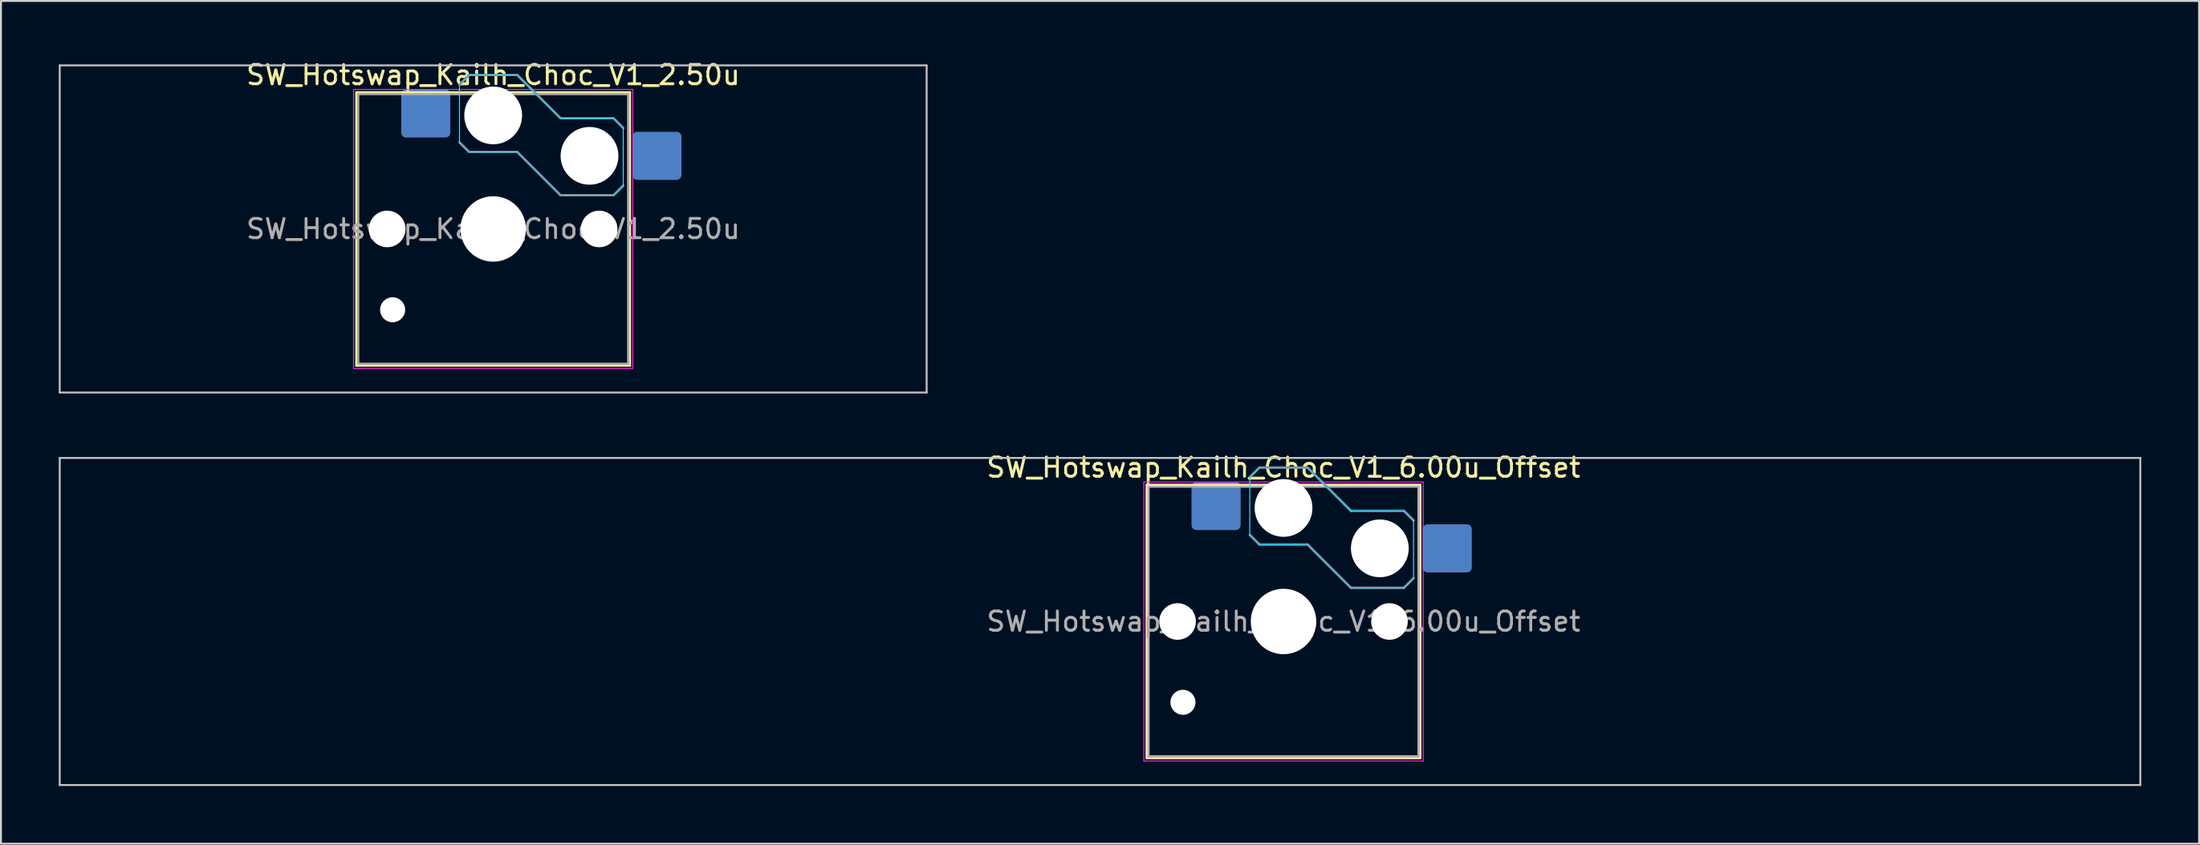
<source format=kicad_pcb>
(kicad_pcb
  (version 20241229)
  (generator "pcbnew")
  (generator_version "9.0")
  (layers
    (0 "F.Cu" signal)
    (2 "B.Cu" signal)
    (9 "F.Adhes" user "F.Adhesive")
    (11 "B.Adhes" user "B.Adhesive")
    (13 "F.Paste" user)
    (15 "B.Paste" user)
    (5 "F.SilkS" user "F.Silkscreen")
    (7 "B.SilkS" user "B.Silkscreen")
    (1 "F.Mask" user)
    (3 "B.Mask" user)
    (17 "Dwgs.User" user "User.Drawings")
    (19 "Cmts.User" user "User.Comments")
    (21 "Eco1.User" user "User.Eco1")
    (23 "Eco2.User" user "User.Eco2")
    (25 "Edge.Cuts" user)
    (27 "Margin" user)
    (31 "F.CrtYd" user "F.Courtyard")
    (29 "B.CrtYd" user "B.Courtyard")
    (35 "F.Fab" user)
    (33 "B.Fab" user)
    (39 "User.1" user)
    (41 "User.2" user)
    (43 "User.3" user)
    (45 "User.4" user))
  (footprint "SW_Hotswap_Kailh_Choc_V1_2.50u"
    (layer "F.Cu")
    (at 22.55 8.848)
    (property "Reference" "SW_Hotswap_Kailh_Choc_V1_2.50u" (at 0 -8 0) (layer "F.SilkS") (effects (font (size 1 1) (thickness 0.15))))
    (attr smd)
    (fp_line (start -7.1 -7.1) (end -7.1 7.1) (stroke (width 0.12) (type solid)) (layer "F.SilkS"))
    (fp_line (start -7.1 7.1) (end 7.1 7.1) (stroke (width 0.12) (type solid)) (layer "F.SilkS"))
    (fp_line (start 7.1 -7.1) (end -7.1 -7.1) (stroke (width 0.12) (type solid)) (layer "F.SilkS"))
    (fp_line (start 7.1 7.1) (end 7.1 -7.1) (stroke (width 0.12) (type solid)) (layer "F.SilkS"))
    (fp_line (start -1.75 -7.5) (end -1.25 -8) (stroke (width 0.12) (type solid)) (layer "B.SilkS"))
    (fp_line (start -1.25 -8) (end 1.25 -8) (stroke (width 0.12) (type solid)) (layer "B.SilkS"))
    (fp_line (start -1.25 -4) (end -1.75 -4.5) (stroke (width 0.12) (type solid)) (layer "B.SilkS"))
    (fp_line (start 1.25 -8) (end 3.5 -5.75) (stroke (width 0.12) (type solid)) (layer "B.SilkS"))
    (fp_line (start 1.25 -4) (end -1.25 -4) (stroke (width 0.12) (type solid)) (layer "B.SilkS"))
    (fp_line (start 3.5 -5.75) (end 6.25 -5.75) (stroke (width 0.12) (type solid)) (layer "B.SilkS"))
    (fp_line (start 3.5 -1.75) (end 1.25 -4) (stroke (width 0.12) (type solid)) (layer "B.SilkS"))
    (fp_line (start 6.25 -5.75) (end 6.75 -5.25) (stroke (width 0.12) (type solid)) (layer "B.SilkS"))
    (fp_line (start 6.25 -1.75) (end 3.5 -1.75) (stroke (width 0.12) (type solid)) (layer "B.SilkS"))
    (fp_line (start 6.75 -2.25) (end 6.25 -1.75) (stroke (width 0.12) (type solid)) (layer "B.SilkS"))
    (fp_line (start -22.5 -8.5) (end -22.5 8.5) (stroke (width 0.1) (type solid)) (layer "Dwgs.User"))
    (fp_line (start -22.5 8.5) (end 22.5 8.5) (stroke (width 0.1) (type solid)) (layer "Dwgs.User"))
    (fp_line (start 22.5 -8.5) (end -22.5 -8.5) (stroke (width 0.1) (type solid)) (layer "Dwgs.User"))
    (fp_line (start 22.5 8.5) (end 22.5 -8.5) (stroke (width 0.1) (type solid)) (layer "Dwgs.User"))
    (fp_line (start -1.75 -7.5) (end -1.25 -8) (stroke (width 0.05) (type solid)) (layer "B.CrtYd"))
    (fp_line (start -1.75 -4.5) (end -1.75 -7.5) (stroke (width 0.05) (type solid)) (layer "B.CrtYd"))
    (fp_line (start -1.25 -8) (end 1.25 -8) (stroke (width 0.05) (type solid)) (layer "B.CrtYd"))
    (fp_line (start -1.25 -4) (end -1.75 -4.5) (stroke (width 0.05) (type solid)) (layer "B.CrtYd"))
    (fp_line (start 1.25 -8) (end 3.5 -5.75) (stroke (width 0.05) (type solid)) (layer "B.CrtYd"))
    (fp_line (start 1.25 -4) (end -1.25 -4) (stroke (width 0.05) (type solid)) (layer "B.CrtYd"))
    (fp_line (start 3.5 -5.75) (end 6.25 -5.75) (stroke (width 0.05) (type solid)) (layer "B.CrtYd"))
    (fp_line (start 3.5 -1.75) (end 1.25 -4) (stroke (width 0.05) (type solid)) (layer "B.CrtYd"))
    (fp_line (start 6.25 -5.75) (end 6.75 -5.25) (stroke (width 0.05) (type solid)) (layer "B.CrtYd"))
    (fp_line (start 6.25 -1.75) (end 3.5 -1.75) (stroke (width 0.05) (type solid)) (layer "B.CrtYd"))
    (fp_line (start 6.75 -5.25) (end 6.75 -2.25) (stroke (width 0.05) (type solid)) (layer "B.CrtYd"))
    (fp_line (start 6.75 -2.25) (end 6.25 -1.75) (stroke (width 0.05) (type solid)) (layer "B.CrtYd"))
    (fp_line (start -7.25 -7.25) (end -7.25 7.25) (stroke (width 0.05) (type solid)) (layer "F.CrtYd"))
    (fp_line (start -7.25 7.25) (end 7.25 7.25) (stroke (width 0.05) (type solid)) (layer "F.CrtYd"))
    (fp_line (start 7.25 -7.25) (end -7.25 -7.25) (stroke (width 0.05) (type solid)) (layer "F.CrtYd"))
    (fp_line (start 7.25 7.25) (end 7.25 -7.25) (stroke (width 0.05) (type solid)) (layer "F.CrtYd"))
    (fp_line (start -1.75 -7.5) (end -1.25 -8) (stroke (width 0.1) (type solid)) (layer "B.Fab"))
    (fp_line (start -1.25 -8) (end 1.25 -8) (stroke (width 0.1) (type solid)) (layer "B.Fab"))
    (fp_line (start -1.25 -4) (end -1.75 -4.5) (stroke (width 0.1) (type solid)) (layer "B.Fab"))
    (fp_line (start 1.25 -8) (end 3.5 -5.75) (stroke (width 0.1) (type solid)) (layer "B.Fab"))
    (fp_line (start 1.25 -4) (end -1.25 -4) (stroke (width 0.1) (type solid)) (layer "B.Fab"))
    (fp_line (start 3.5 -5.75) (end 6.25 -5.75) (stroke (width 0.1) (type solid)) (layer "B.Fab"))
    (fp_line (start 3.5 -1.75) (end 1.25 -4) (stroke (width 0.1) (type solid)) (layer "B.Fab"))
    (fp_line (start 6.25 -5.75) (end 6.75 -5.25) (stroke (width 0.1) (type solid)) (layer "B.Fab"))
    (fp_line (start 6.25 -1.75) (end 3.5 -1.75) (stroke (width 0.1) (type solid)) (layer "B.Fab"))
    (fp_line (start 6.75 -2.25) (end 6.25 -1.75) (stroke (width 0.1) (type solid)) (layer "B.Fab"))
    (fp_line (start -7 -7) (end -7 7) (stroke (width 0.1) (type solid)) (layer "F.Fab"))
    (fp_line (start -7 7) (end 7 7) (stroke (width 0.1) (type solid)) (layer "F.Fab"))
    (fp_line (start 7 -7) (end -7 -7) (stroke (width 0.1) (type solid)) (layer "F.Fab"))
    (fp_line (start 7 7) (end 7 -7) (stroke (width 0.1) (type solid)) (layer "F.Fab"))
    (fp_text user "${REFERENCE}" (at 0 0 0) (layer "F.Fab") (effects (font (size 1 1) (thickness 0.15))))
    (pad "" np_thru_hole circle (at -5.5 0) (size 1.9 1.9) (drill 1.9) (layers "*.Cu" "*.Mask"))
    (pad "" np_thru_hole circle (at -5.22 4.2) (size 1.3 1.3) (drill 1.3) (layers "*.Cu" "*.Mask"))
    (pad "" np_thru_hole circle (at 0 -5.9) (size 3 3) (drill 3) (layers "*.Cu" "*.Mask"))
    (pad "" np_thru_hole circle (at 0 0) (size 3.4 3.4) (drill 3.4) (layers "*.Cu" "*.Mask"))
    (pad "" np_thru_hole circle (at 5 -3.8) (size 3 3) (drill 3) (layers "*.Cu" "*.Mask"))
    (pad "" np_thru_hole circle (at 5.5 0) (size 1.9 1.9) (drill 1.9) (layers "*.Cu" "*.Mask"))
    (pad "1" smd roundrect (at -3.5 -6) (size 2.55 2.5) (layers "B.Cu" "B.Mask" "B.Paste") (roundrect_rratio 0.1))
    (pad "2" smd roundrect (at 8.5 -3.8) (size 2.55 2.5) (layers "B.Cu" "B.Mask" "B.Paste") (roundrect_rratio 0.1)))
  (footprint "SW_Hotswap_Kailh_Choc_V1_6.00u_Offset"
    (layer "F.Cu")
    (at 63.575 29.247)
    (property "Reference" "SW_Hotswap_Kailh_Choc_V1_6.00u_Offset" (at 0 -8 0) (layer "F.SilkS") (effects (font (size 1 1) (thickness 0.15))))
    (attr smd)
    (fp_line (start -7.1 -7.1) (end -7.1 7.1) (stroke (width 0.12) (type solid)) (layer "F.SilkS"))
    (fp_line (start -7.1 7.1) (end 7.1 7.1) (stroke (width 0.12) (type solid)) (layer "F.SilkS"))
    (fp_line (start 7.1 -7.1) (end -7.1 -7.1) (stroke (width 0.12) (type solid)) (layer "F.SilkS"))
    (fp_line (start 7.1 7.1) (end 7.1 -7.1) (stroke (width 0.12) (type solid)) (layer "F.SilkS"))
    (fp_line (start -1.75 -7.5) (end -1.25 -8) (stroke (width 0.12) (type solid)) (layer "B.SilkS"))
    (fp_line (start -1.25 -8) (end 1.25 -8) (stroke (width 0.12) (type solid)) (layer "B.SilkS"))
    (fp_line (start -1.25 -4) (end -1.75 -4.5) (stroke (width 0.12) (type solid)) (layer "B.SilkS"))
    (fp_line (start 1.25 -8) (end 3.5 -5.75) (stroke (width 0.12) (type solid)) (layer "B.SilkS"))
    (fp_line (start 1.25 -4) (end -1.25 -4) (stroke (width 0.12) (type solid)) (layer "B.SilkS"))
    (fp_line (start 3.5 -5.75) (end 6.25 -5.75) (stroke (width 0.12) (type solid)) (layer "B.SilkS"))
    (fp_line (start 3.5 -1.75) (end 1.25 -4) (stroke (width 0.12) (type solid)) (layer "B.SilkS"))
    (fp_line (start 6.25 -5.75) (end 6.75 -5.25) (stroke (width 0.12) (type solid)) (layer "B.SilkS"))
    (fp_line (start 6.25 -1.75) (end 3.5 -1.75) (stroke (width 0.12) (type solid)) (layer "B.SilkS"))
    (fp_line (start 6.75 -2.25) (end 6.25 -1.75) (stroke (width 0.12) (type solid)) (layer "B.SilkS"))
    (fp_line (start -63.525 -8.5) (end -63.525 8.5) (stroke (width 0.1) (type solid)) (layer "Dwgs.User"))
    (fp_line (start -63.525 8.5) (end 44.475 8.5) (stroke (width 0.1) (type solid)) (layer "Dwgs.User"))
    (fp_line (start 44.475 -8.5) (end -63.525 -8.5) (stroke (width 0.1) (type solid)) (layer "Dwgs.User"))
    (fp_line (start 44.475 8.5) (end 44.475 -8.5) (stroke (width 0.1) (type solid)) (layer "Dwgs.User"))
    (fp_line (start -1.75 -7.5) (end -1.25 -8) (stroke (width 0.05) (type solid)) (layer "B.CrtYd"))
    (fp_line (start -1.75 -4.5) (end -1.75 -7.5) (stroke (width 0.05) (type solid)) (layer "B.CrtYd"))
    (fp_line (start -1.25 -8) (end 1.25 -8) (stroke (width 0.05) (type solid)) (layer "B.CrtYd"))
    (fp_line (start -1.25 -4) (end -1.75 -4.5) (stroke (width 0.05) (type solid)) (layer "B.CrtYd"))
    (fp_line (start 1.25 -8) (end 3.5 -5.75) (stroke (width 0.05) (type solid)) (layer "B.CrtYd"))
    (fp_line (start 1.25 -4) (end -1.25 -4) (stroke (width 0.05) (type solid)) (layer "B.CrtYd"))
    (fp_line (start 3.5 -5.75) (end 6.25 -5.75) (stroke (width 0.05) (type solid)) (layer "B.CrtYd"))
    (fp_line (start 3.5 -1.75) (end 1.25 -4) (stroke (width 0.05) (type solid)) (layer "B.CrtYd"))
    (fp_line (start 6.25 -5.75) (end 6.75 -5.25) (stroke (width 0.05) (type solid)) (layer "B.CrtYd"))
    (fp_line (start 6.25 -1.75) (end 3.5 -1.75) (stroke (width 0.05) (type solid)) (layer "B.CrtYd"))
    (fp_line (start 6.75 -5.25) (end 6.75 -2.25) (stroke (width 0.05) (type solid)) (layer "B.CrtYd"))
    (fp_line (start 6.75 -2.25) (end 6.25 -1.75) (stroke (width 0.05) (type solid)) (layer "B.CrtYd"))
    (fp_line (start -7.25 -7.25) (end -7.25 7.25) (stroke (width 0.05) (type solid)) (layer "F.CrtYd"))
    (fp_line (start -7.25 7.25) (end 7.25 7.25) (stroke (width 0.05) (type solid)) (layer "F.CrtYd"))
    (fp_line (start 7.25 -7.25) (end -7.25 -7.25) (stroke (width 0.05) (type solid)) (layer "F.CrtYd"))
    (fp_line (start 7.25 7.25) (end 7.25 -7.25) (stroke (width 0.05) (type solid)) (layer "F.CrtYd"))
    (fp_line (start -1.75 -7.5) (end -1.25 -8) (stroke (width 0.1) (type solid)) (layer "B.Fab"))
    (fp_line (start -1.25 -8) (end 1.25 -8) (stroke (width 0.1) (type solid)) (layer "B.Fab"))
    (fp_line (start -1.25 -4) (end -1.75 -4.5) (stroke (width 0.1) (type solid)) (layer "B.Fab"))
    (fp_line (start 1.25 -8) (end 3.5 -5.75) (stroke (width 0.1) (type solid)) (layer "B.Fab"))
    (fp_line (start 1.25 -4) (end -1.25 -4) (stroke (width 0.1) (type solid)) (layer "B.Fab"))
    (fp_line (start 3.5 -5.75) (end 6.25 -5.75) (stroke (width 0.1) (type solid)) (layer "B.Fab"))
    (fp_line (start 3.5 -1.75) (end 1.25 -4) (stroke (width 0.1) (type solid)) (layer "B.Fab"))
    (fp_line (start 6.25 -5.75) (end 6.75 -5.25) (stroke (width 0.1) (type solid)) (layer "B.Fab"))
    (fp_line (start 6.25 -1.75) (end 3.5 -1.75) (stroke (width 0.1) (type solid)) (layer "B.Fab"))
    (fp_line (start 6.75 -2.25) (end 6.25 -1.75) (stroke (width 0.1) (type solid)) (layer "B.Fab"))
    (fp_line (start -7 -7) (end -7 7) (stroke (width 0.1) (type solid)) (layer "F.Fab"))
    (fp_line (start -7 7) (end 7 7) (stroke (width 0.1) (type solid)) (layer "F.Fab"))
    (fp_line (start 7 -7) (end -7 -7) (stroke (width 0.1) (type solid)) (layer "F.Fab"))
    (fp_line (start 7 7) (end 7 -7) (stroke (width 0.1) (type solid)) (layer "F.Fab"))
    (fp_text user "${REFERENCE}" (at 0 0 0) (layer "F.Fab") (effects (font (size 1 1) (thickness 0.15))))
    (pad "" np_thru_hole circle (at -5.5 0) (size 1.9 1.9) (drill 1.9) (layers "*.Cu" "*.Mask"))
    (pad "" np_thru_hole circle (at -5.22 4.2) (size 1.3 1.3) (drill 1.3) (layers "*.Cu" "*.Mask"))
    (pad "" np_thru_hole circle (at 0 -5.9) (size 3 3) (drill 3) (layers "*.Cu" "*.Mask"))
    (pad "" np_thru_hole circle (at 0 0) (size 3.4 3.4) (drill 3.4) (layers "*.Cu" "*.Mask"))
    (pad "" np_thru_hole circle (at 5 -3.8) (size 3 3) (drill 3) (layers "*.Cu" "*.Mask"))
    (pad "" np_thru_hole circle (at 5.5 0) (size 1.9 1.9) (drill 1.9) (layers "*.Cu" "*.Mask"))
    (pad "1" smd roundrect (at -3.5 -6) (size 2.55 2.5) (layers "B.Cu" "B.Mask" "B.Paste") (roundrect_rratio 0.1))
    (pad "2" smd roundrect (at 8.5 -3.8) (size 2.55 2.5) (layers "B.Cu" "B.Mask" "B.Paste") (roundrect_rratio 0.1)))
  (gr_rect
    (start -3 -3)
    (end 111.1 40.797)
    (stroke (width 0.1) (type default))
    (fill no)
    (layer "Edge.Cuts")))
</source>
